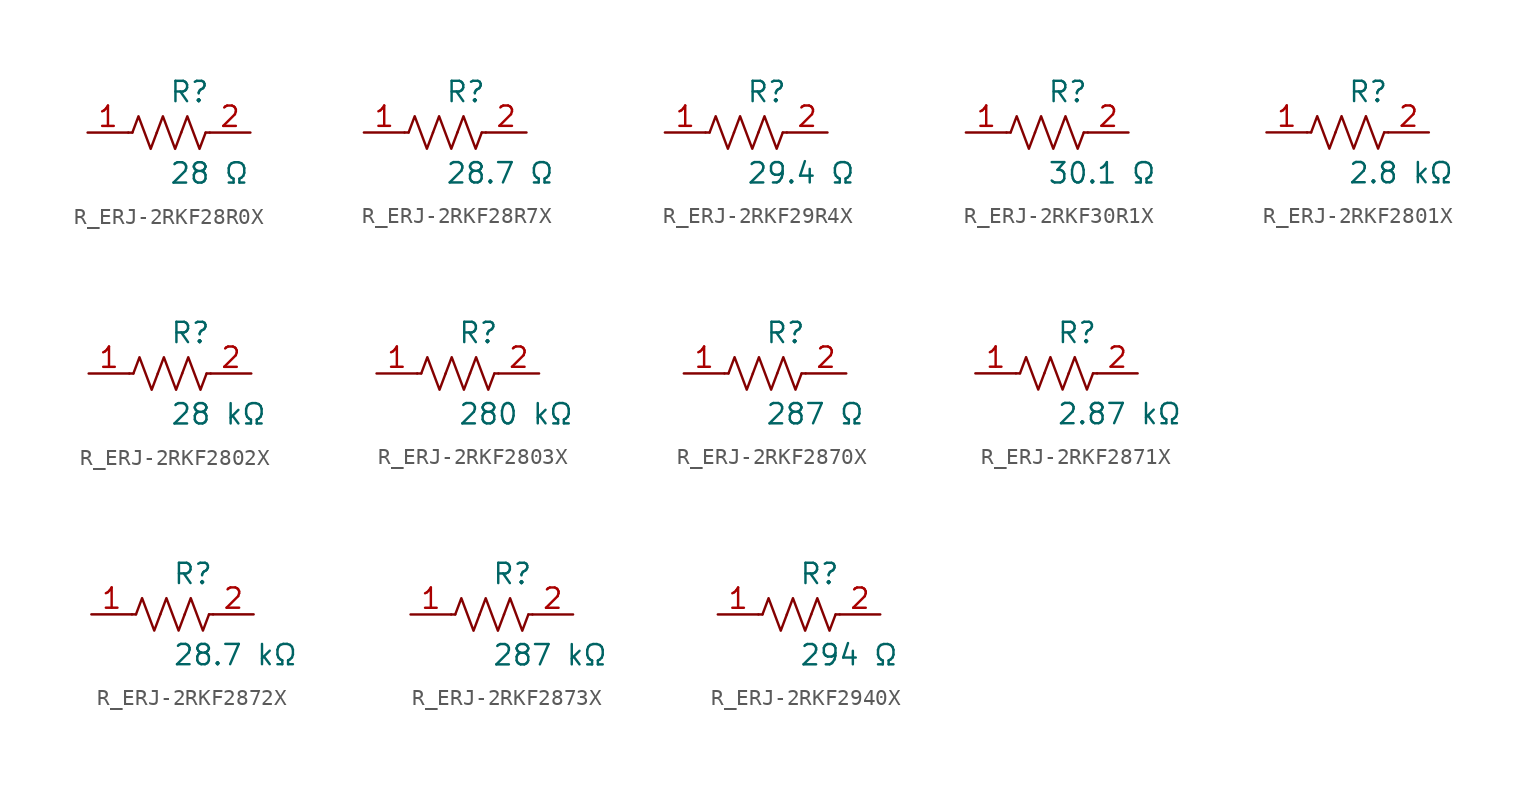
<source format=kicad_sym>
(kicad_symbol_lib
  (version 20231120)
  (generator kicad_symbol_editor)
  (generator_version 8.0)
  (symbol "R_ERJ-2RKF28R0X"
    (pin_names
      (offset 0.254))
    (property "Reference" "R"
      (at 0 2.54 0)
      (effects (font (size 1.27 1.27)) (justify left)))
    (property "Value" "28 Ω"
      (at 0 -2.54 0)
      (effects (font (size 1.27 1.27)) (justify left)))
    (symbol "R_ERJ-2RKF28R0X_0_1"
      (polyline (pts (xy 2.286 0) (xy 2.54 0)) (stroke (width 0) (type default)) (fill (type none)))
      (polyline (pts (xy -2.286 0) (xy -2.54 0)) (stroke (width 0) (type default)) (fill (type none)))
      (polyline (pts (xy 0.762 0) (xy 1.143 1.016) (xy 1.524 0) (xy 1.905 -1.016) (xy 2.286 0)) (stroke (width 0) (type default)) (fill (type none)))
      (polyline (pts (xy -0.762 0) (xy -0.381 1.016) (xy 0 0) (xy 0.381 -1.016) (xy 0.762 0)) (stroke (width 0) (type default)) (fill (type none)))
      (polyline (pts (xy -2.286 0) (xy -1.905 1.016) (xy -1.524 0) (xy -1.143 -1.016) (xy -0.762 0)) (stroke (width 0) (type default)) (fill (type none))))
    (pin unspecified line
      (at -5.08 0 0)
      (length 2.54)
      (name "" (effects (font (size 1.27 1.27))))
      (number "1" (effects (font (size 1.27 1.27)))))
    (pin unspecified line
      (at 5.08 0 180)
      (length 2.54)
      (name "" (effects (font (size 1.27 1.27))))
      (number "2" (effects (font (size 1.27 1.27))))))
  (symbol "R_ERJ-2RKF28R7X"
    (pin_names
      (offset 0.254))
    (property "Reference" "R"
      (at 0 2.54 0)
      (effects (font (size 1.27 1.27)) (justify left)))
    (property "Value" "28.7 Ω"
      (at 0 -2.54 0)
      (effects (font (size 1.27 1.27)) (justify left)))
    (symbol "R_ERJ-2RKF28R7X_0_1"
      (polyline (pts (xy 2.286 0) (xy 2.54 0)) (stroke (width 0) (type default)) (fill (type none)))
      (polyline (pts (xy -2.286 0) (xy -2.54 0)) (stroke (width 0) (type default)) (fill (type none)))
      (polyline (pts (xy 0.762 0) (xy 1.143 1.016) (xy 1.524 0) (xy 1.905 -1.016) (xy 2.286 0)) (stroke (width 0) (type default)) (fill (type none)))
      (polyline (pts (xy -0.762 0) (xy -0.381 1.016) (xy 0 0) (xy 0.381 -1.016) (xy 0.762 0)) (stroke (width 0) (type default)) (fill (type none)))
      (polyline (pts (xy -2.286 0) (xy -1.905 1.016) (xy -1.524 0) (xy -1.143 -1.016) (xy -0.762 0)) (stroke (width 0) (type default)) (fill (type none))))
    (pin unspecified line
      (at -5.08 0 0)
      (length 2.54)
      (name "" (effects (font (size 1.27 1.27))))
      (number "1" (effects (font (size 1.27 1.27)))))
    (pin unspecified line
      (at 5.08 0 180)
      (length 2.54)
      (name "" (effects (font (size 1.27 1.27))))
      (number "2" (effects (font (size 1.27 1.27))))))
  (symbol "R_ERJ-2RKF29R4X"
    (pin_names
      (offset 0.254))
    (property "Reference" "R"
      (at 0 2.54 0)
      (effects (font (size 1.27 1.27)) (justify left)))
    (property "Value" "29.4 Ω"
      (at 0 -2.54 0)
      (effects (font (size 1.27 1.27)) (justify left)))
    (symbol "R_ERJ-2RKF29R4X_0_1"
      (polyline (pts (xy 2.286 0) (xy 2.54 0)) (stroke (width 0) (type default)) (fill (type none)))
      (polyline (pts (xy -2.286 0) (xy -2.54 0)) (stroke (width 0) (type default)) (fill (type none)))
      (polyline (pts (xy 0.762 0) (xy 1.143 1.016) (xy 1.524 0) (xy 1.905 -1.016) (xy 2.286 0)) (stroke (width 0) (type default)) (fill (type none)))
      (polyline (pts (xy -0.762 0) (xy -0.381 1.016) (xy 0 0) (xy 0.381 -1.016) (xy 0.762 0)) (stroke (width 0) (type default)) (fill (type none)))
      (polyline (pts (xy -2.286 0) (xy -1.905 1.016) (xy -1.524 0) (xy -1.143 -1.016) (xy -0.762 0)) (stroke (width 0) (type default)) (fill (type none))))
    (pin unspecified line
      (at -5.08 0 0)
      (length 2.54)
      (name "" (effects (font (size 1.27 1.27))))
      (number "1" (effects (font (size 1.27 1.27)))))
    (pin unspecified line
      (at 5.08 0 180)
      (length 2.54)
      (name "" (effects (font (size 1.27 1.27))))
      (number "2" (effects (font (size 1.27 1.27))))))
  (symbol "R_ERJ-2RKF30R1X"
    (pin_names
      (offset 0.254))
    (property "Reference" "R"
      (at 0 2.54 0)
      (effects (font (size 1.27 1.27)) (justify left)))
    (property "Value" "30.1 Ω"
      (at 0 -2.54 0)
      (effects (font (size 1.27 1.27)) (justify left)))
    (symbol "R_ERJ-2RKF30R1X_0_1"
      (polyline (pts (xy 2.286 0) (xy 2.54 0)) (stroke (width 0) (type default)) (fill (type none)))
      (polyline (pts (xy -2.286 0) (xy -2.54 0)) (stroke (width 0) (type default)) (fill (type none)))
      (polyline (pts (xy 0.762 0) (xy 1.143 1.016) (xy 1.524 0) (xy 1.905 -1.016) (xy 2.286 0)) (stroke (width 0) (type default)) (fill (type none)))
      (polyline (pts (xy -0.762 0) (xy -0.381 1.016) (xy 0 0) (xy 0.381 -1.016) (xy 0.762 0)) (stroke (width 0) (type default)) (fill (type none)))
      (polyline (pts (xy -2.286 0) (xy -1.905 1.016) (xy -1.524 0) (xy -1.143 -1.016) (xy -0.762 0)) (stroke (width 0) (type default)) (fill (type none))))
    (pin unspecified line
      (at -5.08 0 0)
      (length 2.54)
      (name "" (effects (font (size 1.27 1.27))))
      (number "1" (effects (font (size 1.27 1.27)))))
    (pin unspecified line
      (at 5.08 0 180)
      (length 2.54)
      (name "" (effects (font (size 1.27 1.27))))
      (number "2" (effects (font (size 1.27 1.27))))))
  (symbol "R_ERJ-2RKF2801X"
    (pin_names
      (offset 0.254))
    (property "Reference" "R"
      (at 0 2.54 0)
      (effects (font (size 1.27 1.27)) (justify left)))
    (property "Value" "2.8 kΩ"
      (at 0 -2.54 0)
      (effects (font (size 1.27 1.27)) (justify left)))
    (symbol "R_ERJ-2RKF2801X_0_1"
      (polyline (pts (xy 2.286 0) (xy 2.54 0)) (stroke (width 0) (type default)) (fill (type none)))
      (polyline (pts (xy -2.286 0) (xy -2.54 0)) (stroke (width 0) (type default)) (fill (type none)))
      (polyline (pts (xy 0.762 0) (xy 1.143 1.016) (xy 1.524 0) (xy 1.905 -1.016) (xy 2.286 0)) (stroke (width 0) (type default)) (fill (type none)))
      (polyline (pts (xy -0.762 0) (xy -0.381 1.016) (xy 0 0) (xy 0.381 -1.016) (xy 0.762 0)) (stroke (width 0) (type default)) (fill (type none)))
      (polyline (pts (xy -2.286 0) (xy -1.905 1.016) (xy -1.524 0) (xy -1.143 -1.016) (xy -0.762 0)) (stroke (width 0) (type default)) (fill (type none))))
    (pin unspecified line
      (at -5.08 0 0)
      (length 2.54)
      (name "" (effects (font (size 1.27 1.27))))
      (number "1" (effects (font (size 1.27 1.27)))))
    (pin unspecified line
      (at 5.08 0 180)
      (length 2.54)
      (name "" (effects (font (size 1.27 1.27))))
      (number "2" (effects (font (size 1.27 1.27))))))
  (symbol "R_ERJ-2RKF2802X"
    (pin_names
      (offset 0.254))
    (property "Reference" "R"
      (at 0 2.54 0)
      (effects (font (size 1.27 1.27)) (justify left)))
    (property "Value" "28 kΩ"
      (at 0 -2.54 0)
      (effects (font (size 1.27 1.27)) (justify left)))
    (symbol "R_ERJ-2RKF2802X_0_1"
      (polyline (pts (xy 2.286 0) (xy 2.54 0)) (stroke (width 0) (type default)) (fill (type none)))
      (polyline (pts (xy -2.286 0) (xy -2.54 0)) (stroke (width 0) (type default)) (fill (type none)))
      (polyline (pts (xy 0.762 0) (xy 1.143 1.016) (xy 1.524 0) (xy 1.905 -1.016) (xy 2.286 0)) (stroke (width 0) (type default)) (fill (type none)))
      (polyline (pts (xy -0.762 0) (xy -0.381 1.016) (xy 0 0) (xy 0.381 -1.016) (xy 0.762 0)) (stroke (width 0) (type default)) (fill (type none)))
      (polyline (pts (xy -2.286 0) (xy -1.905 1.016) (xy -1.524 0) (xy -1.143 -1.016) (xy -0.762 0)) (stroke (width 0) (type default)) (fill (type none))))
    (pin unspecified line
      (at -5.08 0 0)
      (length 2.54)
      (name "" (effects (font (size 1.27 1.27))))
      (number "1" (effects (font (size 1.27 1.27)))))
    (pin unspecified line
      (at 5.08 0 180)
      (length 2.54)
      (name "" (effects (font (size 1.27 1.27))))
      (number "2" (effects (font (size 1.27 1.27))))))
  (symbol "R_ERJ-2RKF2803X"
    (pin_names
      (offset 0.254))
    (property "Reference" "R"
      (at 0 2.54 0)
      (effects (font (size 1.27 1.27)) (justify left)))
    (property "Value" "280 kΩ"
      (at 0 -2.54 0)
      (effects (font (size 1.27 1.27)) (justify left)))
    (symbol "R_ERJ-2RKF2803X_0_1"
      (polyline (pts (xy 2.286 0) (xy 2.54 0)) (stroke (width 0) (type default)) (fill (type none)))
      (polyline (pts (xy -2.286 0) (xy -2.54 0)) (stroke (width 0) (type default)) (fill (type none)))
      (polyline (pts (xy 0.762 0) (xy 1.143 1.016) (xy 1.524 0) (xy 1.905 -1.016) (xy 2.286 0)) (stroke (width 0) (type default)) (fill (type none)))
      (polyline (pts (xy -0.762 0) (xy -0.381 1.016) (xy 0 0) (xy 0.381 -1.016) (xy 0.762 0)) (stroke (width 0) (type default)) (fill (type none)))
      (polyline (pts (xy -2.286 0) (xy -1.905 1.016) (xy -1.524 0) (xy -1.143 -1.016) (xy -0.762 0)) (stroke (width 0) (type default)) (fill (type none))))
    (pin unspecified line
      (at -5.08 0 0)
      (length 2.54)
      (name "" (effects (font (size 1.27 1.27))))
      (number "1" (effects (font (size 1.27 1.27)))))
    (pin unspecified line
      (at 5.08 0 180)
      (length 2.54)
      (name "" (effects (font (size 1.27 1.27))))
      (number "2" (effects (font (size 1.27 1.27))))))
  (symbol "R_ERJ-2RKF2870X"
    (pin_names
      (offset 0.254))
    (property "Reference" "R"
      (at 0 2.54 0)
      (effects (font (size 1.27 1.27)) (justify left)))
    (property "Value" "287 Ω"
      (at 0 -2.54 0)
      (effects (font (size 1.27 1.27)) (justify left)))
    (symbol "R_ERJ-2RKF2870X_0_1"
      (polyline (pts (xy 2.286 0) (xy 2.54 0)) (stroke (width 0) (type default)) (fill (type none)))
      (polyline (pts (xy -2.286 0) (xy -2.54 0)) (stroke (width 0) (type default)) (fill (type none)))
      (polyline (pts (xy 0.762 0) (xy 1.143 1.016) (xy 1.524 0) (xy 1.905 -1.016) (xy 2.286 0)) (stroke (width 0) (type default)) (fill (type none)))
      (polyline (pts (xy -0.762 0) (xy -0.381 1.016) (xy 0 0) (xy 0.381 -1.016) (xy 0.762 0)) (stroke (width 0) (type default)) (fill (type none)))
      (polyline (pts (xy -2.286 0) (xy -1.905 1.016) (xy -1.524 0) (xy -1.143 -1.016) (xy -0.762 0)) (stroke (width 0) (type default)) (fill (type none))))
    (pin unspecified line
      (at -5.08 0 0)
      (length 2.54)
      (name "" (effects (font (size 1.27 1.27))))
      (number "1" (effects (font (size 1.27 1.27)))))
    (pin unspecified line
      (at 5.08 0 180)
      (length 2.54)
      (name "" (effects (font (size 1.27 1.27))))
      (number "2" (effects (font (size 1.27 1.27))))))
  (symbol "R_ERJ-2RKF2871X"
    (pin_names
      (offset 0.254))
    (property "Reference" "R"
      (at 0 2.54 0)
      (effects (font (size 1.27 1.27)) (justify left)))
    (property "Value" "2.87 kΩ"
      (at 0 -2.54 0)
      (effects (font (size 1.27 1.27)) (justify left)))
    (symbol "R_ERJ-2RKF2871X_0_1"
      (polyline (pts (xy 2.286 0) (xy 2.54 0)) (stroke (width 0) (type default)) (fill (type none)))
      (polyline (pts (xy -2.286 0) (xy -2.54 0)) (stroke (width 0) (type default)) (fill (type none)))
      (polyline (pts (xy 0.762 0) (xy 1.143 1.016) (xy 1.524 0) (xy 1.905 -1.016) (xy 2.286 0)) (stroke (width 0) (type default)) (fill (type none)))
      (polyline (pts (xy -0.762 0) (xy -0.381 1.016) (xy 0 0) (xy 0.381 -1.016) (xy 0.762 0)) (stroke (width 0) (type default)) (fill (type none)))
      (polyline (pts (xy -2.286 0) (xy -1.905 1.016) (xy -1.524 0) (xy -1.143 -1.016) (xy -0.762 0)) (stroke (width 0) (type default)) (fill (type none))))
    (pin unspecified line
      (at -5.08 0 0)
      (length 2.54)
      (name "" (effects (font (size 1.27 1.27))))
      (number "1" (effects (font (size 1.27 1.27)))))
    (pin unspecified line
      (at 5.08 0 180)
      (length 2.54)
      (name "" (effects (font (size 1.27 1.27))))
      (number "2" (effects (font (size 1.27 1.27))))))
  (symbol "R_ERJ-2RKF2872X"
    (pin_names
      (offset 0.254))
    (property "Reference" "R"
      (at 0 2.54 0)
      (effects (font (size 1.27 1.27)) (justify left)))
    (property "Value" "28.7 kΩ"
      (at 0 -2.54 0)
      (effects (font (size 1.27 1.27)) (justify left)))
    (symbol "R_ERJ-2RKF2872X_0_1"
      (polyline (pts (xy 2.286 0) (xy 2.54 0)) (stroke (width 0) (type default)) (fill (type none)))
      (polyline (pts (xy -2.286 0) (xy -2.54 0)) (stroke (width 0) (type default)) (fill (type none)))
      (polyline (pts (xy 0.762 0) (xy 1.143 1.016) (xy 1.524 0) (xy 1.905 -1.016) (xy 2.286 0)) (stroke (width 0) (type default)) (fill (type none)))
      (polyline (pts (xy -0.762 0) (xy -0.381 1.016) (xy 0 0) (xy 0.381 -1.016) (xy 0.762 0)) (stroke (width 0) (type default)) (fill (type none)))
      (polyline (pts (xy -2.286 0) (xy -1.905 1.016) (xy -1.524 0) (xy -1.143 -1.016) (xy -0.762 0)) (stroke (width 0) (type default)) (fill (type none))))
    (pin unspecified line
      (at -5.08 0 0)
      (length 2.54)
      (name "" (effects (font (size 1.27 1.27))))
      (number "1" (effects (font (size 1.27 1.27)))))
    (pin unspecified line
      (at 5.08 0 180)
      (length 2.54)
      (name "" (effects (font (size 1.27 1.27))))
      (number "2" (effects (font (size 1.27 1.27))))))
  (symbol "R_ERJ-2RKF2873X"
    (pin_names
      (offset 0.254))
    (property "Reference" "R"
      (at 0 2.54 0)
      (effects (font (size 1.27 1.27)) (justify left)))
    (property "Value" "287 kΩ"
      (at 0 -2.54 0)
      (effects (font (size 1.27 1.27)) (justify left)))
    (symbol "R_ERJ-2RKF2873X_0_1"
      (polyline (pts (xy 2.286 0) (xy 2.54 0)) (stroke (width 0) (type default)) (fill (type none)))
      (polyline (pts (xy -2.286 0) (xy -2.54 0)) (stroke (width 0) (type default)) (fill (type none)))
      (polyline (pts (xy 0.762 0) (xy 1.143 1.016) (xy 1.524 0) (xy 1.905 -1.016) (xy 2.286 0)) (stroke (width 0) (type default)) (fill (type none)))
      (polyline (pts (xy -0.762 0) (xy -0.381 1.016) (xy 0 0) (xy 0.381 -1.016) (xy 0.762 0)) (stroke (width 0) (type default)) (fill (type none)))
      (polyline (pts (xy -2.286 0) (xy -1.905 1.016) (xy -1.524 0) (xy -1.143 -1.016) (xy -0.762 0)) (stroke (width 0) (type default)) (fill (type none))))
    (pin unspecified line
      (at -5.08 0 0)
      (length 2.54)
      (name "" (effects (font (size 1.27 1.27))))
      (number "1" (effects (font (size 1.27 1.27)))))
    (pin unspecified line
      (at 5.08 0 180)
      (length 2.54)
      (name "" (effects (font (size 1.27 1.27))))
      (number "2" (effects (font (size 1.27 1.27))))))
  (symbol "R_ERJ-2RKF2940X"
    (pin_names
      (offset 0.254))
    (property "Reference" "R"
      (at 0 2.54 0)
      (effects (font (size 1.27 1.27)) (justify left)))
    (property "Value" "294 Ω"
      (at 0 -2.54 0)
      (effects (font (size 1.27 1.27)) (justify left)))
    (symbol "R_ERJ-2RKF2940X_0_1"
      (polyline (pts (xy 2.286 0) (xy 2.54 0)) (stroke (width 0) (type default)) (fill (type none)))
      (polyline (pts (xy -2.286 0) (xy -2.54 0)) (stroke (width 0) (type default)) (fill (type none)))
      (polyline (pts (xy 0.762 0) (xy 1.143 1.016) (xy 1.524 0) (xy 1.905 -1.016) (xy 2.286 0)) (stroke (width 0) (type default)) (fill (type none)))
      (polyline (pts (xy -0.762 0) (xy -0.381 1.016) (xy 0 0) (xy 0.381 -1.016) (xy 0.762 0)) (stroke (width 0) (type default)) (fill (type none)))
      (polyline (pts (xy -2.286 0) (xy -1.905 1.016) (xy -1.524 0) (xy -1.143 -1.016) (xy -0.762 0)) (stroke (width 0) (type default)) (fill (type none))))
    (pin unspecified line
      (at -5.08 0 0)
      (length 2.54)
      (name "" (effects (font (size 1.27 1.27))))
      (number "1" (effects (font (size 1.27 1.27)))))
    (pin unspecified line
      (at 5.08 0 180)
      (length 2.54)
      (name "" (effects (font (size 1.27 1.27))))
      (number "2" (effects (font (size 1.27 1.27)))))))
</source>
